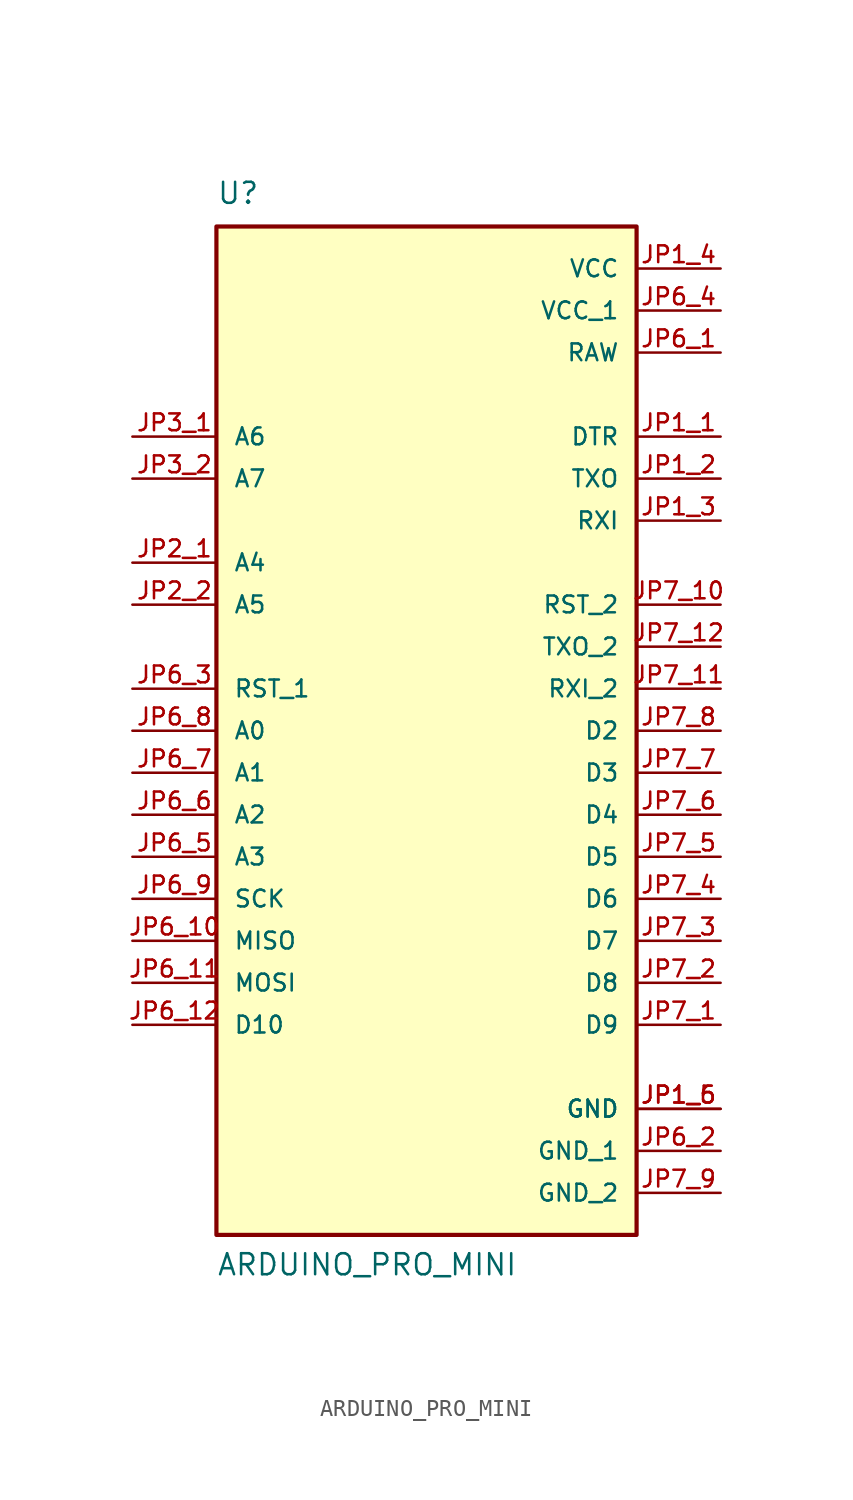
<source format=kicad_sym>
(kicad_symbol_lib
  (version 20211014)
  (generator kicad_symbol_editor)
  (symbol "ARDUINO_PRO_MINI"
    (pin_names
      (offset 1.016))
    (property "Reference" "U"
      (at -12.7 31.75 0)
      (effects (font (size 1.27 1.27)) (justify left bottom)))
    (property "Value" "ARDUINO_PRO_MINI"
      (at -12.7 -33.02 0)
      (effects (font (size 1.27 1.27)) (justify left bottom)))
    (property "ki_locked" ""
      (at 0 0 0)
      (effects (font (size 1.27 1.27))))
    (symbol "ARDUINO_PRO_MINI_0_0"
      (rectangle (start -12.7 -30.48) (end 12.7 30.48) (stroke (width 0.254) (type default) (color 0 0 0 0)) (fill (type background)))
      (pin input line (at 17.78 17.78 180) (length 5.08) (name "DTR" (effects (font (size 1.016 1.016)))) (number "JP1_1" (effects (font (size 1.016 1.016)))))
      (pin bidirectional line (at 17.78 15.24 180) (length 5.08) (name "TXO" (effects (font (size 1.016 1.016)))) (number "JP1_2" (effects (font (size 1.016 1.016)))))
      (pin bidirectional line (at 17.78 12.7 180) (length 5.08) (name "RXI" (effects (font (size 1.016 1.016)))) (number "JP1_3" (effects (font (size 1.016 1.016)))))
      (pin power_in line (at 17.78 27.94 180) (length 5.08) (name "VCC" (effects (font (size 1.016 1.016)))) (number "JP1_4" (effects (font (size 1.016 1.016)))))
      (pin power_in line (at 17.78 -22.86 180) (length 5.08) (name "GND" (effects (font (size 1.016 1.016)))) (number "JP1_5" (effects (font (size 1.016 1.016)))))
      (pin power_in line (at 17.78 -22.86 180) (length 5.08) (name "GND" (effects (font (size 1.016 1.016)))) (number "JP1_6" (effects (font (size 1.016 1.016)))))
      (pin bidirectional line (at -17.78 10.16 0) (length 5.08) (name "A4" (effects (font (size 1.016 1.016)))) (number "JP2_1" (effects (font (size 1.016 1.016)))))
      (pin bidirectional line (at -17.78 7.62 0) (length 5.08) (name "A5" (effects (font (size 1.016 1.016)))) (number "JP2_2" (effects (font (size 1.016 1.016)))))
      (pin input line (at -17.78 17.78 0) (length 5.08) (name "A6" (effects (font (size 1.016 1.016)))) (number "JP3_1" (effects (font (size 1.016 1.016)))))
      (pin input line (at -17.78 15.24 0) (length 5.08) (name "A7" (effects (font (size 1.016 1.016)))) (number "JP3_2" (effects (font (size 1.016 1.016)))))
      (pin power_in line (at 17.78 22.86 180) (length 5.08) (name "RAW" (effects (font (size 1.016 1.016)))) (number "JP6_1" (effects (font (size 1.016 1.016)))))
      (pin bidirectional line (at -17.78 -12.7 0) (length 5.08) (name "MISO" (effects (font (size 1.016 1.016)))) (number "JP6_10" (effects (font (size 1.016 1.016)))))
      (pin bidirectional line (at -17.78 -15.24 0) (length 5.08) (name "MOSI" (effects (font (size 1.016 1.016)))) (number "JP6_11" (effects (font (size 1.016 1.016)))))
      (pin bidirectional line (at -17.78 -17.78 0) (length 5.08) (name "D10" (effects (font (size 1.016 1.016)))) (number "JP6_12" (effects (font (size 1.016 1.016)))))
      (pin power_in line (at 17.78 -25.4 180) (length 5.08) (name "GND_1" (effects (font (size 1.016 1.016)))) (number "JP6_2" (effects (font (size 1.016 1.016)))))
      (pin input line (at -17.78 2.54 0) (length 5.08) (name "RST_1" (effects (font (size 1.016 1.016)))) (number "JP6_3" (effects (font (size 1.016 1.016)))))
      (pin power_in line (at 17.78 25.4 180) (length 5.08) (name "VCC_1" (effects (font (size 1.016 1.016)))) (number "JP6_4" (effects (font (size 1.016 1.016)))))
      (pin bidirectional line (at -17.78 -7.62 0) (length 5.08) (name "A3" (effects (font (size 1.016 1.016)))) (number "JP6_5" (effects (font (size 1.016 1.016)))))
      (pin bidirectional line (at -17.78 -5.08 0) (length 5.08) (name "A2" (effects (font (size 1.016 1.016)))) (number "JP6_6" (effects (font (size 1.016 1.016)))))
      (pin bidirectional line (at -17.78 -2.54 0) (length 5.08) (name "A1" (effects (font (size 1.016 1.016)))) (number "JP6_7" (effects (font (size 1.016 1.016)))))
      (pin bidirectional line (at -17.78 0 0) (length 5.08) (name "A0" (effects (font (size 1.016 1.016)))) (number "JP6_8" (effects (font (size 1.016 1.016)))))
      (pin bidirectional line (at -17.78 -10.16 0) (length 5.08) (name "SCK" (effects (font (size 1.016 1.016)))) (number "JP6_9" (effects (font (size 1.016 1.016)))))
      (pin bidirectional line (at 17.78 -17.78 180) (length 5.08) (name "D9" (effects (font (size 1.016 1.016)))) (number "JP7_1" (effects (font (size 1.016 1.016)))))
      (pin input line (at 17.78 7.62 180) (length 5.08) (name "RST_2" (effects (font (size 1.016 1.016)))) (number "JP7_10" (effects (font (size 1.016 1.016)))))
      (pin bidirectional line (at 17.78 2.54 180) (length 5.08) (name "RXI_2" (effects (font (size 1.016 1.016)))) (number "JP7_11" (effects (font (size 1.016 1.016)))))
      (pin bidirectional line (at 17.78 5.08 180) (length 5.08) (name "TXO_2" (effects (font (size 1.016 1.016)))) (number "JP7_12" (effects (font (size 1.016 1.016)))))
      (pin bidirectional line (at 17.78 -15.24 180) (length 5.08) (name "D8" (effects (font (size 1.016 1.016)))) (number "JP7_2" (effects (font (size 1.016 1.016)))))
      (pin bidirectional line (at 17.78 -12.7 180) (length 5.08) (name "D7" (effects (font (size 1.016 1.016)))) (number "JP7_3" (effects (font (size 1.016 1.016)))))
      (pin bidirectional line (at 17.78 -10.16 180) (length 5.08) (name "D6" (effects (font (size 1.016 1.016)))) (number "JP7_4" (effects (font (size 1.016 1.016)))))
      (pin bidirectional line (at 17.78 -7.62 180) (length 5.08) (name "D5" (effects (font (size 1.016 1.016)))) (number "JP7_5" (effects (font (size 1.016 1.016)))))
      (pin bidirectional line (at 17.78 -5.08 180) (length 5.08) (name "D4" (effects (font (size 1.016 1.016)))) (number "JP7_6" (effects (font (size 1.016 1.016)))))
      (pin bidirectional line (at 17.78 -2.54 180) (length 5.08) (name "D3" (effects (font (size 1.016 1.016)))) (number "JP7_7" (effects (font (size 1.016 1.016)))))
      (pin bidirectional line (at 17.78 0 180) (length 5.08) (name "D2" (effects (font (size 1.016 1.016)))) (number "JP7_8" (effects (font (size 1.016 1.016)))))
      (pin power_in line (at 17.78 -27.94 180) (length 5.08) (name "GND_2" (effects (font (size 1.016 1.016)))) (number "JP7_9" (effects (font (size 1.016 1.016))))))))
</source>
